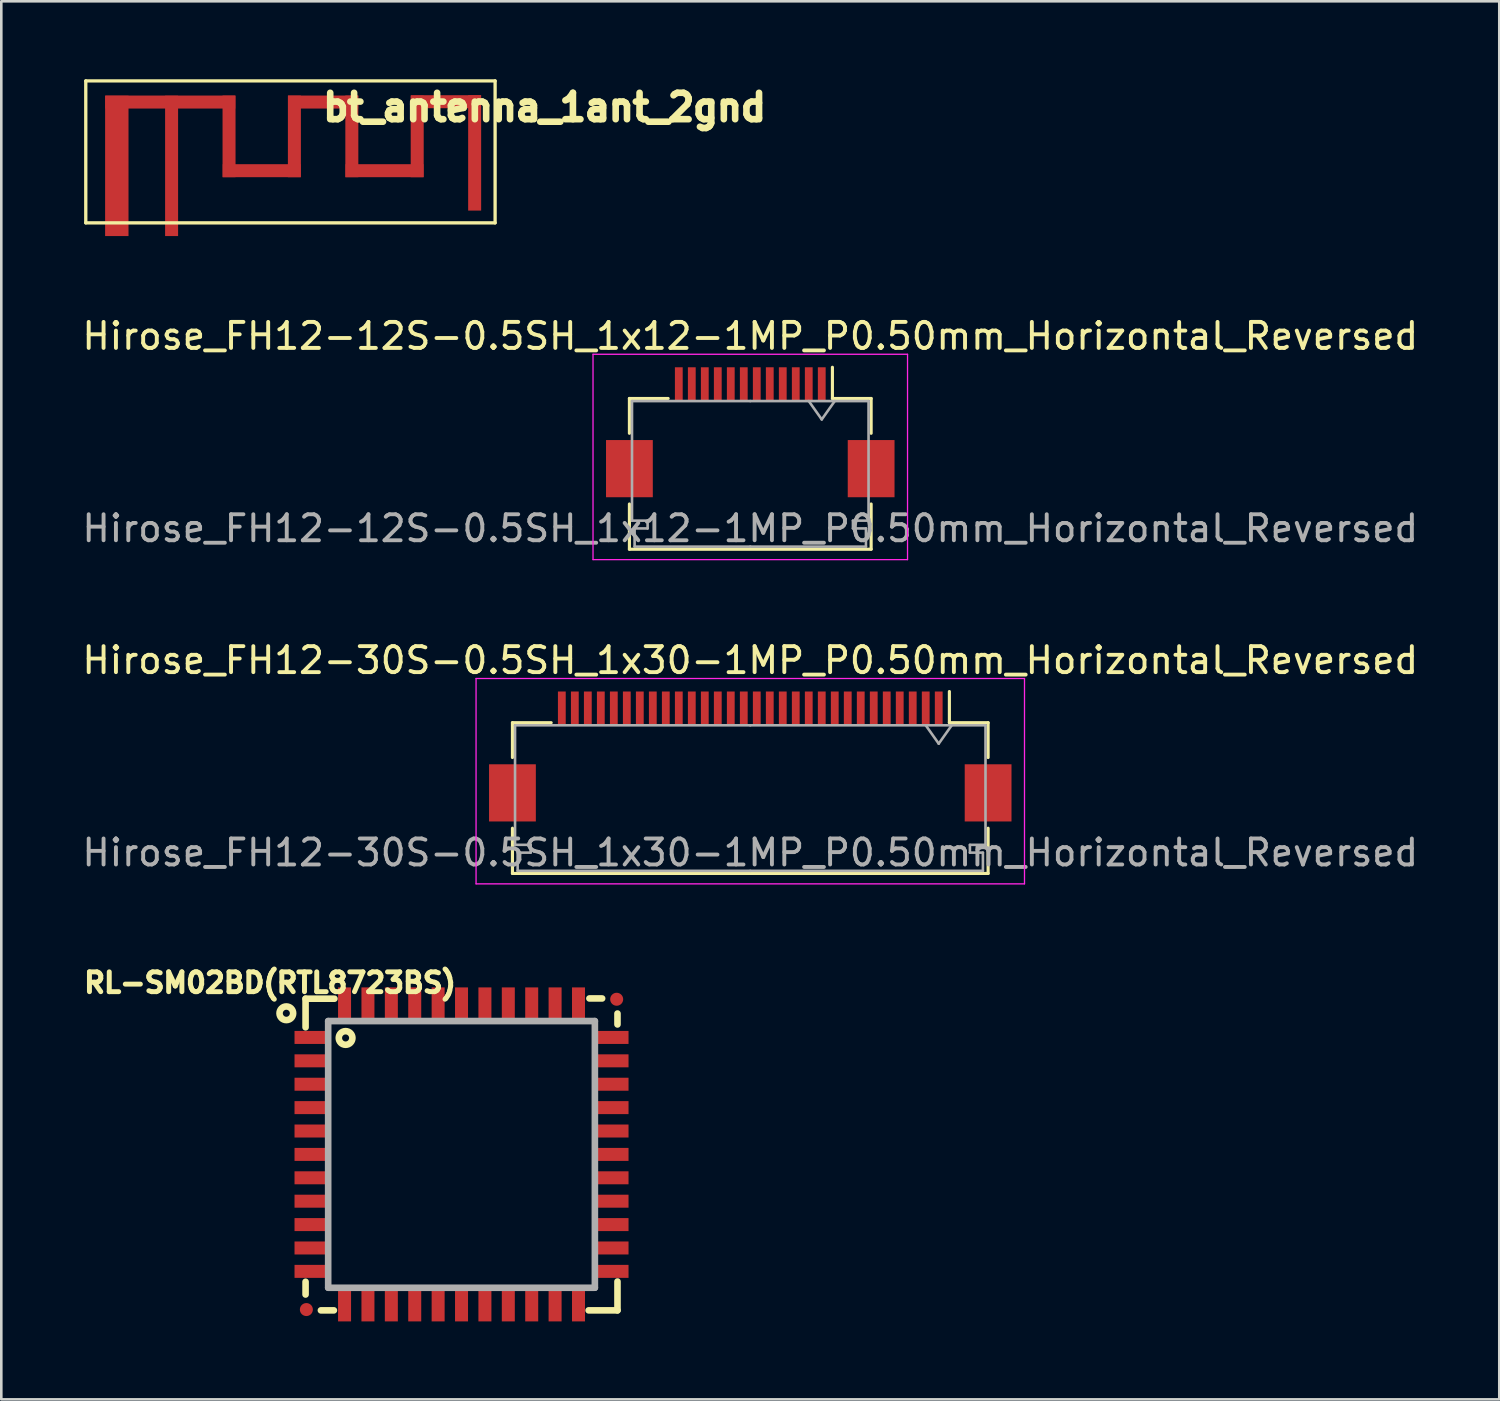
<source format=kicad_pcb>
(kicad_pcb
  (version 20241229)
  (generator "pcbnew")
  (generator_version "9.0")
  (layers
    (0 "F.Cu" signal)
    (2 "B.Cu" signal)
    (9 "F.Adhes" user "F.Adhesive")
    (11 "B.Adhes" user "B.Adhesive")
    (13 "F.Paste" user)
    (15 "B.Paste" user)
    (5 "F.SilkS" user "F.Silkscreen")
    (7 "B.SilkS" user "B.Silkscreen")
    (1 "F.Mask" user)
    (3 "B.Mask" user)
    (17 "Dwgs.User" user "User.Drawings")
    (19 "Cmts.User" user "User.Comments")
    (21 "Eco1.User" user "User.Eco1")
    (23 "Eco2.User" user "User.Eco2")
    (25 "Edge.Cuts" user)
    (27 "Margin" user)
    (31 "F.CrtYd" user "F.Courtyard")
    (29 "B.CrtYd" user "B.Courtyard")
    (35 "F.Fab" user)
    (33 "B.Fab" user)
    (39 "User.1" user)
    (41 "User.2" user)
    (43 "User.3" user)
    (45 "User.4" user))
  (footprint "Hirose_FH12-30S-0.5SH_1x30-1MP_P0.50mm_Horizontal_Reversed"
    (layer "F.Cu")
    (at 25.815 26.054)
    (property "Reference" "Hirose_FH12-30S-0.5SH_1x30-1MP_P0.50mm_Horizontal_Reversed" (at 0 -3.7 0) (layer "F.SilkS") (effects (font (size 1 1) (thickness 0.15))))
    (attr smd)
    (fp_line (start -9.15 -1.3) (end -9.15 0.04) (stroke (width 0.12) (type solid)) (layer "F.SilkS"))
    (fp_line (start -9.15 2.76) (end -9.15 4.5) (stroke (width 0.12) (type solid)) (layer "F.SilkS"))
    (fp_line (start -9.15 4.5) (end 9.15 4.5) (stroke (width 0.12) (type solid)) (layer "F.SilkS"))
    (fp_line (start -7.66 -1.3) (end -9.15 -1.3) (stroke (width 0.12) (type solid)) (layer "F.SilkS"))
    (fp_line (start 7.66 -1.3) (end 7.66 -2.5) (stroke (width 0.12) (type solid)) (layer "F.SilkS"))
    (fp_line (start 7.66 -1.3) (end 9.15 -1.3) (stroke (width 0.12) (type solid)) (layer "F.SilkS"))
    (fp_line (start 9.15 -1.3) (end 9.15 0.04) (stroke (width 0.12) (type solid)) (layer "F.SilkS"))
    (fp_line (start 9.15 4.5) (end 9.15 2.76) (stroke (width 0.12) (type solid)) (layer "F.SilkS"))
    (fp_line (start -10.55 -3) (end -10.55 4.9) (stroke (width 0.05) (type solid)) (layer "F.CrtYd"))
    (fp_line (start -10.55 4.9) (end 10.55 4.9) (stroke (width 0.05) (type solid)) (layer "F.CrtYd"))
    (fp_line (start 10.55 -3) (end -10.55 -3) (stroke (width 0.05) (type solid)) (layer "F.CrtYd"))
    (fp_line (start 10.55 4.9) (end 10.55 -3) (stroke (width 0.05) (type solid)) (layer "F.CrtYd"))
    (fp_line (start -9.05 -1.2) (end -9.05 3.4) (stroke (width 0.1) (type solid)) (layer "F.Fab"))
    (fp_line (start -9.05 3.4) (end -8.45 3.4) (stroke (width 0.1) (type solid)) (layer "F.Fab"))
    (fp_line (start -8.95 3.7) (end -8.95 4.4) (stroke (width 0.1) (type solid)) (layer "F.Fab"))
    (fp_line (start -8.95 4.4) (end 0 4.4) (stroke (width 0.1) (type solid)) (layer "F.Fab"))
    (fp_line (start -8.45 3.4) (end -8.45 3.7) (stroke (width 0.1) (type solid)) (layer "F.Fab"))
    (fp_line (start -8.45 3.7) (end -8.95 3.7) (stroke (width 0.1) (type solid)) (layer "F.Fab"))
    (fp_line (start 0 -1.2) (end -9.05 -1.2) (stroke (width 0.1) (type solid)) (layer "F.Fab"))
    (fp_line (start 0 -1.2) (end 9.05 -1.2) (stroke (width 0.1) (type solid)) (layer "F.Fab"))
    (fp_line (start 6.75 -1.2) (end 7.25 -0.493) (stroke (width 0.1) (type solid)) (layer "F.Fab"))
    (fp_line (start 7.25 -0.493) (end 7.75 -1.2) (stroke (width 0.1) (type solid)) (layer "F.Fab"))
    (fp_line (start 8.45 3.4) (end 8.45 3.7) (stroke (width 0.1) (type solid)) (layer "F.Fab"))
    (fp_line (start 8.45 3.7) (end 8.95 3.7) (stroke (width 0.1) (type solid)) (layer "F.Fab"))
    (fp_line (start 8.95 3.7) (end 8.95 4.4) (stroke (width 0.1) (type solid)) (layer "F.Fab"))
    (fp_line (start 8.95 4.4) (end 0 4.4) (stroke (width 0.1) (type solid)) (layer "F.Fab"))
    (fp_line (start 9.05 -1.2) (end 9.05 3.4) (stroke (width 0.1) (type solid)) (layer "F.Fab"))
    (fp_line (start 9.05 3.4) (end 8.45 3.4) (stroke (width 0.1) (type solid)) (layer "F.Fab"))
    (fp_text user "${REFERENCE}" (at 0 3.7 0) (layer "F.Fab") (effects (font (size 1 1) (thickness 0.15))))
    (pad "1" smd rect (at 7.25 -1.85) (size 0.3 1.3) (layers "F.Cu" "F.Mask" "F.Paste"))
    (pad "2" smd rect (at 6.75 -1.85) (size 0.3 1.3) (layers "F.Cu" "F.Mask" "F.Paste"))
    (pad "3" smd rect (at 6.25 -1.85) (size 0.3 1.3) (layers "F.Cu" "F.Mask" "F.Paste"))
    (pad "4" smd rect (at 5.75 -1.85) (size 0.3 1.3) (layers "F.Cu" "F.Mask" "F.Paste"))
    (pad "5" smd rect (at 5.25 -1.85) (size 0.3 1.3) (layers "F.Cu" "F.Mask" "F.Paste"))
    (pad "6" smd rect (at 4.75 -1.85) (size 0.3 1.3) (layers "F.Cu" "F.Mask" "F.Paste"))
    (pad "7" smd rect (at 4.25 -1.85) (size 0.3 1.3) (layers "F.Cu" "F.Mask" "F.Paste"))
    (pad "8" smd rect (at 3.75 -1.85) (size 0.3 1.3) (layers "F.Cu" "F.Mask" "F.Paste"))
    (pad "9" smd rect (at 3.25 -1.85) (size 0.3 1.3) (layers "F.Cu" "F.Mask" "F.Paste"))
    (pad "10" smd rect (at 2.75 -1.85) (size 0.3 1.3) (layers "F.Cu" "F.Mask" "F.Paste"))
    (pad "11" smd rect (at 2.25 -1.85) (size 0.3 1.3) (layers "F.Cu" "F.Mask" "F.Paste"))
    (pad "12" smd rect (at 1.75 -1.85) (size 0.3 1.3) (layers "F.Cu" "F.Mask" "F.Paste"))
    (pad "13" smd rect (at 1.25 -1.85) (size 0.3 1.3) (layers "F.Cu" "F.Mask" "F.Paste"))
    (pad "14" smd rect (at 0.75 -1.85) (size 0.3 1.3) (layers "F.Cu" "F.Mask" "F.Paste"))
    (pad "15" smd rect (at 0.25 -1.85) (size 0.3 1.3) (layers "F.Cu" "F.Mask" "F.Paste"))
    (pad "16" smd rect (at -0.25 -1.85) (size 0.3 1.3) (layers "F.Cu" "F.Mask" "F.Paste"))
    (pad "17" smd rect (at -0.75 -1.85) (size 0.3 1.3) (layers "F.Cu" "F.Mask" "F.Paste"))
    (pad "18" smd rect (at -1.25 -1.85) (size 0.3 1.3) (layers "F.Cu" "F.Mask" "F.Paste"))
    (pad "19" smd rect (at -1.75 -1.85) (size 0.3 1.3) (layers "F.Cu" "F.Mask" "F.Paste"))
    (pad "20" smd rect (at -2.25 -1.85) (size 0.3 1.3) (layers "F.Cu" "F.Mask" "F.Paste"))
    (pad "21" smd rect (at -2.75 -1.85) (size 0.3 1.3) (layers "F.Cu" "F.Mask" "F.Paste"))
    (pad "22" smd rect (at -3.25 -1.85) (size 0.3 1.3) (layers "F.Cu" "F.Mask" "F.Paste"))
    (pad "23" smd rect (at -3.75 -1.85) (size 0.3 1.3) (layers "F.Cu" "F.Mask" "F.Paste"))
    (pad "24" smd rect (at -4.25 -1.85) (size 0.3 1.3) (layers "F.Cu" "F.Mask" "F.Paste"))
    (pad "25" smd rect (at -4.75 -1.85) (size 0.3 1.3) (layers "F.Cu" "F.Mask" "F.Paste"))
    (pad "26" smd rect (at -5.25 -1.85) (size 0.3 1.3) (layers "F.Cu" "F.Mask" "F.Paste"))
    (pad "27" smd rect (at -5.75 -1.85) (size 0.3 1.3) (layers "F.Cu" "F.Mask" "F.Paste"))
    (pad "28" smd rect (at -6.25 -1.85) (size 0.3 1.3) (layers "F.Cu" "F.Mask" "F.Paste"))
    (pad "29" smd rect (at -6.75 -1.85) (size 0.3 1.3) (layers "F.Cu" "F.Mask" "F.Paste"))
    (pad "30" smd rect (at -7.25 -1.85) (size 0.3 1.3) (layers "F.Cu" "F.Mask" "F.Paste"))
    (pad "MP" smd rect (at -9.15 1.4) (size 1.8 2.2) (layers "F.Cu" "F.Mask" "F.Paste"))
    (pad "MP" smd rect (at 9.15 1.4) (size 1.8 2.2) (layers "F.Cu" "F.Mask" "F.Paste")))
  (footprint "Hirose_FH12-12S-0.5SH_1x12-1MP_P0.50mm_Horizontal_Reversed"
    (layer "F.Cu")
    (at 25.815 13.58)
    (property "Reference" "Hirose_FH12-12S-0.5SH_1x12-1MP_P0.50mm_Horizontal_Reversed" (at 0 -3.7 0) (layer "F.SilkS") (effects (font (size 1 1) (thickness 0.15))))
    (attr smd)
    (fp_line (start -4.65 -1.3) (end -4.65 0.04) (stroke (width 0.12) (type solid)) (layer "F.SilkS"))
    (fp_line (start -4.65 2.76) (end -4.65 4.5) (stroke (width 0.12) (type solid)) (layer "F.SilkS"))
    (fp_line (start -4.65 4.5) (end 4.65 4.5) (stroke (width 0.12) (type solid)) (layer "F.SilkS"))
    (fp_line (start -3.16 -1.3) (end -4.65 -1.3) (stroke (width 0.12) (type solid)) (layer "F.SilkS"))
    (fp_line (start 3.16 -1.3) (end 3.16 -2.5) (stroke (width 0.12) (type solid)) (layer "F.SilkS"))
    (fp_line (start 3.16 -1.3) (end 4.65 -1.3) (stroke (width 0.12) (type solid)) (layer "F.SilkS"))
    (fp_line (start 4.65 -1.3) (end 4.65 0.04) (stroke (width 0.12) (type solid)) (layer "F.SilkS"))
    (fp_line (start 4.65 4.5) (end 4.65 2.76) (stroke (width 0.12) (type solid)) (layer "F.SilkS"))
    (fp_line (start -6.05 -3) (end -6.05 4.9) (stroke (width 0.05) (type solid)) (layer "F.CrtYd"))
    (fp_line (start -6.05 4.9) (end 6.05 4.9) (stroke (width 0.05) (type solid)) (layer "F.CrtYd"))
    (fp_line (start 6.05 -3) (end -6.05 -3) (stroke (width 0.05) (type solid)) (layer "F.CrtYd"))
    (fp_line (start 6.05 4.9) (end 6.05 -3) (stroke (width 0.05) (type solid)) (layer "F.CrtYd"))
    (fp_line (start -4.55 -1.2) (end -4.55 3.4) (stroke (width 0.1) (type solid)) (layer "F.Fab"))
    (fp_line (start -4.55 3.4) (end -3.95 3.4) (stroke (width 0.1) (type solid)) (layer "F.Fab"))
    (fp_line (start -4.45 3.7) (end -4.45 4.4) (stroke (width 0.1) (type solid)) (layer "F.Fab"))
    (fp_line (start -4.45 4.4) (end 0 4.4) (stroke (width 0.1) (type solid)) (layer "F.Fab"))
    (fp_line (start -3.95 3.4) (end -3.95 3.7) (stroke (width 0.1) (type solid)) (layer "F.Fab"))
    (fp_line (start -3.95 3.7) (end -4.45 3.7) (stroke (width 0.1) (type solid)) (layer "F.Fab"))
    (fp_line (start 0 -1.2) (end -4.55 -1.2) (stroke (width 0.1) (type solid)) (layer "F.Fab"))
    (fp_line (start 0 -1.2) (end 4.55 -1.2) (stroke (width 0.1) (type solid)) (layer "F.Fab"))
    (fp_line (start 2.25 -1.2) (end 2.75 -0.493) (stroke (width 0.1) (type solid)) (layer "F.Fab"))
    (fp_line (start 2.75 -0.493) (end 3.25 -1.2) (stroke (width 0.1) (type solid)) (layer "F.Fab"))
    (fp_line (start 3.95 3.4) (end 3.95 3.7) (stroke (width 0.1) (type solid)) (layer "F.Fab"))
    (fp_line (start 3.95 3.7) (end 4.45 3.7) (stroke (width 0.1) (type solid)) (layer "F.Fab"))
    (fp_line (start 4.45 3.7) (end 4.45 4.4) (stroke (width 0.1) (type solid)) (layer "F.Fab"))
    (fp_line (start 4.45 4.4) (end 0 4.4) (stroke (width 0.1) (type solid)) (layer "F.Fab"))
    (fp_line (start 4.55 -1.2) (end 4.55 3.4) (stroke (width 0.1) (type solid)) (layer "F.Fab"))
    (fp_line (start 4.55 3.4) (end 3.95 3.4) (stroke (width 0.1) (type solid)) (layer "F.Fab"))
    (fp_text user "${REFERENCE}" (at 0 3.7 0) (layer "F.Fab") (effects (font (size 1 1) (thickness 0.15))))
    (pad "1" smd rect (at 2.75 -1.85) (size 0.3 1.3) (layers "F.Cu" "F.Mask" "F.Paste"))
    (pad "2" smd rect (at 2.25 -1.85) (size 0.3 1.3) (layers "F.Cu" "F.Mask" "F.Paste"))
    (pad "3" smd rect (at 1.75 -1.85) (size 0.3 1.3) (layers "F.Cu" "F.Mask" "F.Paste"))
    (pad "4" smd rect (at 1.25 -1.85) (size 0.3 1.3) (layers "F.Cu" "F.Mask" "F.Paste"))
    (pad "5" smd rect (at 0.75 -1.85) (size 0.3 1.3) (layers "F.Cu" "F.Mask" "F.Paste"))
    (pad "6" smd rect (at 0.25 -1.85) (size 0.3 1.3) (layers "F.Cu" "F.Mask" "F.Paste"))
    (pad "7" smd rect (at -0.25 -1.85) (size 0.3 1.3) (layers "F.Cu" "F.Mask" "F.Paste"))
    (pad "8" smd rect (at -0.75 -1.85) (size 0.3 1.3) (layers "F.Cu" "F.Mask" "F.Paste"))
    (pad "9" smd rect (at -1.25 -1.85) (size 0.3 1.3) (layers "F.Cu" "F.Mask" "F.Paste"))
    (pad "10" smd rect (at -1.75 -1.85) (size 0.3 1.3) (layers "F.Cu" "F.Mask" "F.Paste"))
    (pad "11" smd rect (at -2.25 -1.85) (size 0.3 1.3) (layers "F.Cu" "F.Mask" "F.Paste"))
    (pad "12" smd rect (at -2.75 -1.85) (size 0.3 1.3) (layers "F.Cu" "F.Mask" "F.Paste"))
    (pad "MP" smd rect (at -4.65 1.4) (size 1.8 2.2) (layers "F.Cu" "F.Mask" "F.Paste"))
    (pad "MP" smd rect (at 4.65 1.4) (size 1.8 2.2) (layers "F.Cu" "F.Mask" "F.Paste")))
  (footprint "bt_antenna_1ant_2gnd"
    (layer "F.Cu")
    (at 0.25 5.524)
    (property "Reference" "bt_antenna_1ant_2gnd" (at 17.653 -4.445 0) (layer "F.SilkS") (effects (font (size 1.016 1.016) (thickness 0.254))))
    (attr through_hole)
    (fp_line (start 0 -5.461) (end 0 0) (stroke (width 0.127) (type solid)) (layer "F.SilkS"))
    (fp_line (start 0 0) (end 15.748 0) (stroke (width 0.127) (type solid)) (layer "F.SilkS"))
    (fp_line (start 15.748 -5.461) (end 0 -5.461) (stroke (width 0.127) (type solid)) (layer "F.SilkS"))
    (fp_line (start 15.748 0) (end 15.748 -5.461) (stroke (width 0.127) (type solid)) (layer "F.SilkS"))
    (pad "0" smd rect (at 3.251 -4.648 270) (size 0.5 5) (layers "F.Cu"))
    (pad "0" smd rect (at 5.512 -3.327) (size 0.5 3.14) (layers "F.Cu"))
    (pad "0" smd rect (at 6.769 -2.007 270) (size 0.5 3) (layers "F.Cu"))
    (pad "0" smd rect (at 8.026 -3.327) (size 0.5 3.14) (layers "F.Cu"))
    (pad "0" smd rect (at 9.131 -4.648 270) (size 0.5 2.7) (layers "F.Cu"))
    (pad "0" smd rect (at 10.236 -3.327) (size 0.5 3.14) (layers "F.Cu"))
    (pad "0" smd rect (at 11.493 -2.007 270) (size 0.5 3) (layers "F.Cu"))
    (pad "0" smd rect (at 12.751 -3.327) (size 0.5 3.14) (layers "F.Cu"))
    (pad "0" smd rect (at 13.856 -4.661 270) (size 0.5 2.7) (layers "F.Cu"))
    (pad "0" smd rect (at 14.961 -2.692) (size 0.5 4.44) (layers "F.Cu"))
    (pad "1" smd rect (at 3.302 -2.192) (size 0.5 5.4) (layers "F.Cu"))
    (pad "2" smd rect (at 1.194 -2.192) (size 0.9 5.4) (layers "F.Cu")))
  (footprint "RL-SM02BD(RTL8723BS)"
    (layer "F.Cu")
    (at 14.706 41.363)
    (property "Reference" "RL-SM02BD(RTL8723BS)" (at -7.366 -6.604 180) (layer "F.SilkS") (effects (font (size 0.762 0.762) (thickness 0.191))))
    (attr smd)
    (fp_line (start -6 -5.99) (end -6 -4.89) (stroke (width 0.254) (type solid)) (layer "F.SilkS"))
    (fp_line (start -6 -5.99) (end -4.89 -5.99) (stroke (width 0.254) (type solid)) (layer "F.SilkS"))
    (fp_line (start -6 4.9) (end -6 5.39) (stroke (width 0.254) (type solid)) (layer "F.SilkS"))
    (fp_line (start -5.41 6) (end -4.91 6) (stroke (width 0.254) (type solid)) (layer "F.SilkS"))
    (fp_line (start 4.92 -6) (end 5.41 -6) (stroke (width 0.254) (type solid)) (layer "F.SilkS"))
    (fp_line (start 6 -5) (end 6 -5.42) (stroke (width 0.254) (type solid)) (layer "F.SilkS"))
    (fp_line (start 6 6) (end 4.89 6) (stroke (width 0.254) (type solid)) (layer "F.SilkS"))
    (fp_line (start 6 6) (end 6 4.89) (stroke (width 0.254) (type solid)) (layer "F.SilkS"))
    (fp_circle (center -6.74 -5.43) (end -6.49 -5.51) (stroke (width 0.254) (type solid)) (fill no) (layer "F.SilkS"))
    (fp_circle (center -4.46 -4.48) (end -4.21 -4.56) (stroke (width 0.254) (type solid)) (fill no) (layer "F.SilkS"))
    (fp_line (start -5.13 -5.13) (end 5.13 -5.13) (stroke (width 0.254) (type solid)) (layer "F.Fab"))
    (fp_line (start -5.13 5.13) (end -5.13 -5.13) (stroke (width 0.254) (type solid)) (layer "F.Fab"))
    (fp_line (start 5.13 -5.13) (end 5.13 5.13) (stroke (width 0.254) (type solid)) (layer "F.Fab"))
    (fp_line (start 5.13 5.13) (end -5.13 5.13) (stroke (width 0.254) (type solid)) (layer "F.Fab"))
    (pad "1" smd rect (at -5.775 -4.5) (size 1.3 0.5) (layers "F.Cu" "F.Mask" "F.Paste"))
    (pad "2" smd rect (at -5.775 -3.6) (size 1.3 0.5) (layers "F.Cu" "F.Mask" "F.Paste"))
    (pad "3" smd rect (at -5.775 -2.7) (size 1.3 0.5) (layers "F.Cu" "F.Mask" "F.Paste"))
    (pad "4" smd rect (at -5.775 -1.8) (size 1.3 0.5) (layers "F.Cu" "F.Mask" "F.Paste"))
    (pad "5" smd rect (at -5.775 -0.9) (size 1.3 0.5) (layers "F.Cu" "F.Mask" "F.Paste"))
    (pad "6" smd rect (at -5.775 0) (size 1.3 0.5) (layers "F.Cu" "F.Mask" "F.Paste"))
    (pad "7" smd rect (at -5.775 0.9) (size 1.3 0.5) (layers "F.Cu" "F.Mask" "F.Paste"))
    (pad "8" smd rect (at -5.775 1.8) (size 1.3 0.5) (layers "F.Cu" "F.Mask" "F.Paste"))
    (pad "9" smd rect (at -5.775 2.7) (size 1.3 0.5) (layers "F.Cu" "F.Mask" "F.Paste"))
    (pad "10" smd rect (at -5.775 3.6) (size 1.3 0.5) (layers "F.Cu" "F.Mask" "F.Paste"))
    (pad "11" smd rect (at -5.775 4.5) (size 1.3 0.5) (layers "F.Cu" "F.Mask" "F.Paste"))
    (pad "12" smd rect (at -4.5 5.775 90) (size 1.3 0.5) (layers "F.Cu" "F.Mask" "F.Paste"))
    (pad "13" smd rect (at -3.6 5.775 90) (size 1.3 0.5) (layers "F.Cu" "F.Mask" "F.Paste"))
    (pad "14" smd rect (at -2.7 5.775 90) (size 1.3 0.5) (layers "F.Cu" "F.Mask" "F.Paste"))
    (pad "15" smd rect (at -1.8 5.775 90) (size 1.3 0.5) (layers "F.Cu" "F.Mask" "F.Paste"))
    (pad "16" smd rect (at -0.9 5.775 90) (size 1.3 0.5) (layers "F.Cu" "F.Mask" "F.Paste"))
    (pad "17" smd rect (at 0 5.775 90) (size 1.3 0.5) (layers "F.Cu" "F.Mask" "F.Paste"))
    (pad "18" smd rect (at 0.9 5.775 90) (size 1.3 0.5) (layers "F.Cu" "F.Mask" "F.Paste"))
    (pad "19" smd rect (at 1.8 5.775 90) (size 1.3 0.5) (layers "F.Cu" "F.Mask" "F.Paste"))
    (pad "20" smd rect (at 2.7 5.775 90) (size 1.3 0.5) (layers "F.Cu" "F.Mask" "F.Paste"))
    (pad "21" smd rect (at 3.6 5.775 90) (size 1.3 0.5) (layers "F.Cu" "F.Mask" "F.Paste"))
    (pad "22" smd rect (at 4.5 5.775 90) (size 1.3 0.5) (layers "F.Cu" "F.Mask" "F.Paste"))
    (pad "23" smd rect (at 5.775 4.5 180) (size 1.3 0.5) (layers "F.Cu" "F.Mask" "F.Paste"))
    (pad "24" smd rect (at 5.775 3.6 180) (size 1.3 0.5) (layers "F.Cu" "F.Mask" "F.Paste"))
    (pad "25" smd rect (at 5.775 2.7 180) (size 1.3 0.5) (layers "F.Cu" "F.Mask" "F.Paste"))
    (pad "26" smd rect (at 5.775 1.8 180) (size 1.3 0.5) (layers "F.Cu" "F.Mask" "F.Paste"))
    (pad "27" smd rect (at 5.775 0.9 180) (size 1.3 0.5) (layers "F.Cu" "F.Mask" "F.Paste"))
    (pad "28" smd rect (at 5.775 0 180) (size 1.3 0.5) (layers "F.Cu" "F.Mask" "F.Paste"))
    (pad "29" smd rect (at 5.775 -0.9 180) (size 1.3 0.5) (layers "F.Cu" "F.Mask" "F.Paste"))
    (pad "30" smd rect (at 5.775 -1.8 180) (size 1.3 0.5) (layers "F.Cu" "F.Mask" "F.Paste"))
    (pad "31" smd rect (at 5.775 -2.7 180) (size 1.3 0.5) (layers "F.Cu" "F.Mask" "F.Paste"))
    (pad "32" smd rect (at 5.775 -3.6 180) (size 1.3 0.5) (layers "F.Cu" "F.Mask" "F.Paste"))
    (pad "33" smd rect (at 5.775 -4.5 180) (size 1.3 0.5) (layers "F.Cu" "F.Mask" "F.Paste"))
    (pad "34" smd rect (at 4.5 -5.775 270) (size 1.3 0.5) (layers "F.Cu" "F.Mask" "F.Paste"))
    (pad "35" smd rect (at 3.6 -5.775 270) (size 1.3 0.5) (layers "F.Cu" "F.Mask" "F.Paste"))
    (pad "36" smd rect (at 2.7 -5.775 270) (size 1.3 0.5) (layers "F.Cu" "F.Mask" "F.Paste"))
    (pad "37" smd rect (at 1.8 -5.775 270) (size 1.3 0.5) (layers "F.Cu" "F.Mask" "F.Paste"))
    (pad "38" smd rect (at 0.9 -5.775 270) (size 1.3 0.5) (layers "F.Cu" "F.Mask" "F.Paste"))
    (pad "39" smd rect (at 0 -5.775 270) (size 1.3 0.5) (layers "F.Cu" "F.Mask" "F.Paste"))
    (pad "40" smd rect (at -0.9 -5.775 270) (size 1.3 0.5) (layers "F.Cu" "F.Mask" "F.Paste"))
    (pad "41" smd rect (at -1.8 -5.775 270) (size 1.3 0.5) (layers "F.Cu" "F.Mask" "F.Paste"))
    (pad "42" smd rect (at -2.7 -5.775 270) (size 1.3 0.5) (layers "F.Cu" "F.Mask" "F.Paste"))
    (pad "43" smd rect (at -3.6 -5.775 270) (size 1.3 0.5) (layers "F.Cu" "F.Mask" "F.Paste"))
    (pad "44" smd rect (at -4.5 -5.775 270) (size 1.3 0.5) (layers "F.Cu" "F.Mask" "F.Paste"))
    (pad "FID1" smd circle (at -5.969 5.969 270) (size 0.5 0.5) (layers "F.Cu" "F.Mask"))
    (pad "FID2" smd circle (at 5.969 -5.969 270) (size 0.5 0.5) (layers "F.Cu" "F.Mask")))
  (gr_rect
    (start -3 -3)
    (end 54.631 50.788)
    (stroke (width 0.1) (type default))
    (fill no)
    (layer "Edge.Cuts")))
</source>
